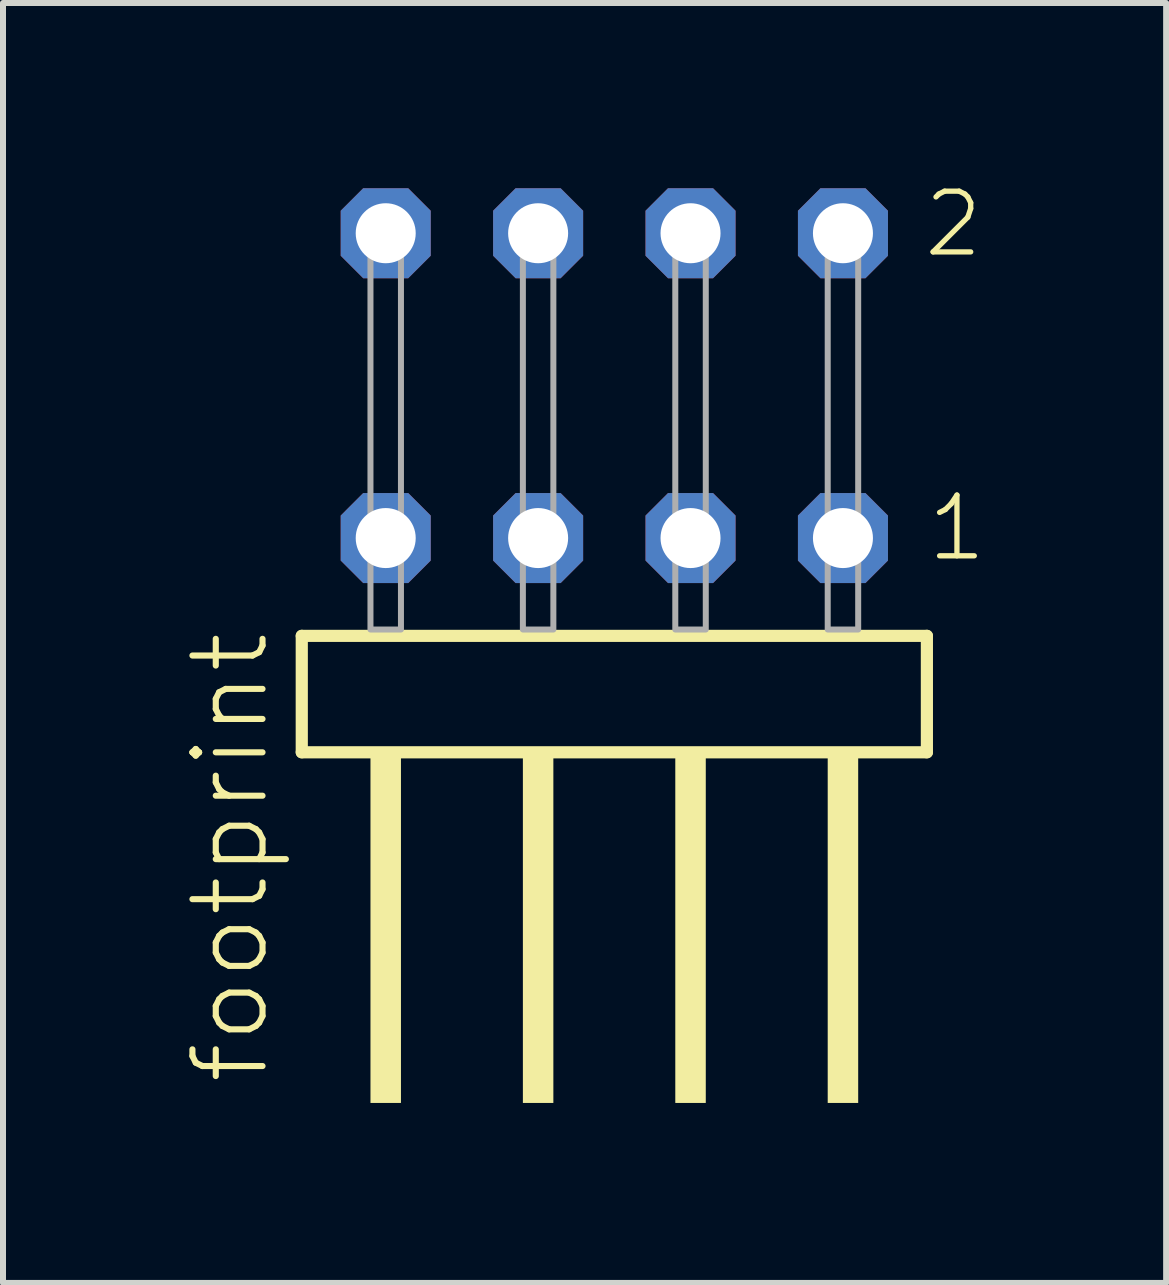
<source format=kicad_pcb>
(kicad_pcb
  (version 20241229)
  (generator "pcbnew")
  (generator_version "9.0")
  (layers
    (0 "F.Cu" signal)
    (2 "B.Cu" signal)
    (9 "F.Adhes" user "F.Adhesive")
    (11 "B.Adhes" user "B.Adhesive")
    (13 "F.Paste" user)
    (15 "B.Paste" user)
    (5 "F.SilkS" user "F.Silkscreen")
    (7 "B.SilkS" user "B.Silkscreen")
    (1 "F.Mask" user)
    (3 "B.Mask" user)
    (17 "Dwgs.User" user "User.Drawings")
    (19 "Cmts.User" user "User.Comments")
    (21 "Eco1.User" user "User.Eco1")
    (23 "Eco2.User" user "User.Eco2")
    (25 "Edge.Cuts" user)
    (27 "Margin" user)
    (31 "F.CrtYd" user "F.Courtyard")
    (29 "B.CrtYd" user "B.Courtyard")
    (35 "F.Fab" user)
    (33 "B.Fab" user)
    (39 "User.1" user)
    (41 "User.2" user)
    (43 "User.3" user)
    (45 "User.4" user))
  (footprint "footprint"
    (layer "F.Cu")
    (at 7.188 7.441)
    (property "Reference" "footprint" (at -5.715 7.62 90) (layer "F.SilkS") (effects (font (size 1.168 1.168) (thickness 0.102)) (justify left bottom)))
    (fp_line (start -5.209 0.106) (end -5.209 2.046) (stroke (width 0.203) (type solid)) (layer "F.SilkS"))
    (fp_line (start -5.209 2.046) (end 5.209 2.046) (stroke (width 0.203) (type solid)) (layer "F.SilkS"))
    (fp_line (start 5.209 0.106) (end -5.209 0.106) (stroke (width 0.203) (type solid)) (layer "F.SilkS"))
    (fp_line (start 5.209 2.046) (end 5.209 0.106) (stroke (width 0.203) (type solid)) (layer "F.SilkS"))
    (fp_poly (pts (xy -4.064 7.89) (xy -3.556 7.89) (xy -3.556 2.04) (xy -4.064 2.04)) (stroke (width 0) (type solid)) (fill yes) (layer "F.SilkS"))
    (fp_poly (pts (xy -1.524 7.89) (xy -1.016 7.89) (xy -1.016 2.04) (xy -1.524 2.04)) (stroke (width 0) (type solid)) (fill yes) (layer "F.SilkS"))
    (fp_poly (pts (xy 1.016 7.89) (xy 1.524 7.89) (xy 1.524 2.04) (xy 1.016 2.04)) (stroke (width 0) (type solid)) (fill yes) (layer "F.SilkS"))
    (fp_poly (pts (xy 3.556 7.89) (xy 4.064 7.89) (xy 4.064 2.04) (xy 3.556 2.04)) (stroke (width 0) (type solid)) (fill yes) (layer "F.SilkS"))
    (fp_poly (pts (xy -4.064 0) (xy -3.556 0) (xy -3.556 -6.858) (xy -4.064 -6.858)) (stroke (width 0.1) (type solid)) (fill no) (layer "F.Fab"))
    (fp_poly (pts (xy -1.524 0) (xy -1.016 0) (xy -1.016 -6.858) (xy -1.524 -6.858)) (stroke (width 0.1) (type solid)) (fill no) (layer "F.Fab"))
    (fp_poly (pts (xy 1.016 0) (xy 1.524 0) (xy 1.524 -6.858) (xy 1.016 -6.858)) (stroke (width 0.1) (type solid)) (fill no) (layer "F.Fab"))
    (fp_poly (pts (xy 3.556 0) (xy 4.064 0) (xy 4.064 -6.858) (xy 3.556 -6.858)) (stroke (width 0.1) (type solid)) (fill no) (layer "F.Fab"))
    (fp_text user "1" (at 5.17 -1.1 0) (layer "F.SilkS") (effects (font (size 1.012 1.012) (thickness 0.088)) (justify left bottom)))
    (fp_text user "2" (at 5.11 -6.165 0) (layer "F.SilkS") (effects (font (size 1.012 1.012) (thickness 0.088)) (justify left bottom)))
    (pad "1" thru_hole roundrect (at 3.81 -1.524 180) (size 1.5 1.5) (drill 1) (layers "*.Cu" "*.Mask") (roundrect_rratio 0.25) (chamfer_ratio 0.25) (chamfer top_left top_right bottom_left bottom_right))
    (pad "2" thru_hole roundrect (at 3.81 -6.604 180) (size 1.5 1.5) (drill 1) (layers "*.Cu" "*.Mask") (roundrect_rratio 0.25) (chamfer_ratio 0.25) (chamfer top_left top_right bottom_left bottom_right))
    (pad "3" thru_hole roundrect (at 1.27 -1.524 180) (size 1.5 1.5) (drill 1) (layers "*.Cu" "*.Mask") (roundrect_rratio 0.25) (chamfer_ratio 0.25) (chamfer top_left top_right bottom_left bottom_right))
    (pad "4" thru_hole roundrect (at 1.27 -6.604 180) (size 1.5 1.5) (drill 1) (layers "*.Cu" "*.Mask") (roundrect_rratio 0.25) (chamfer_ratio 0.25) (chamfer top_left top_right bottom_left bottom_right))
    (pad "5" thru_hole roundrect (at -1.27 -1.524 180) (size 1.5 1.5) (drill 1) (layers "*.Cu" "*.Mask") (roundrect_rratio 0.25) (chamfer_ratio 0.25) (chamfer top_left top_right bottom_left bottom_right))
    (pad "6" thru_hole roundrect (at -1.27 -6.604 180) (size 1.5 1.5) (drill 1) (layers "*.Cu" "*.Mask") (roundrect_rratio 0.25) (chamfer_ratio 0.25) (chamfer top_left top_right bottom_left bottom_right))
    (pad "7" thru_hole roundrect (at -3.81 -1.524 180) (size 1.5 1.5) (drill 1) (layers "*.Cu" "*.Mask") (roundrect_rratio 0.25) (chamfer_ratio 0.25) (chamfer top_left top_right bottom_left bottom_right))
    (pad "8" thru_hole roundrect (at -3.81 -6.604 180) (size 1.5 1.5) (drill 1) (layers "*.Cu" "*.Mask") (roundrect_rratio 0.25) (chamfer_ratio 0.25) (chamfer top_left top_right bottom_left bottom_right)))
  (gr_rect
    (start -3 -3)
    (end 16.384 18.331)
    (stroke (width 0.1) (type default))
    (fill no)
    (layer "Edge.Cuts")))
</source>
